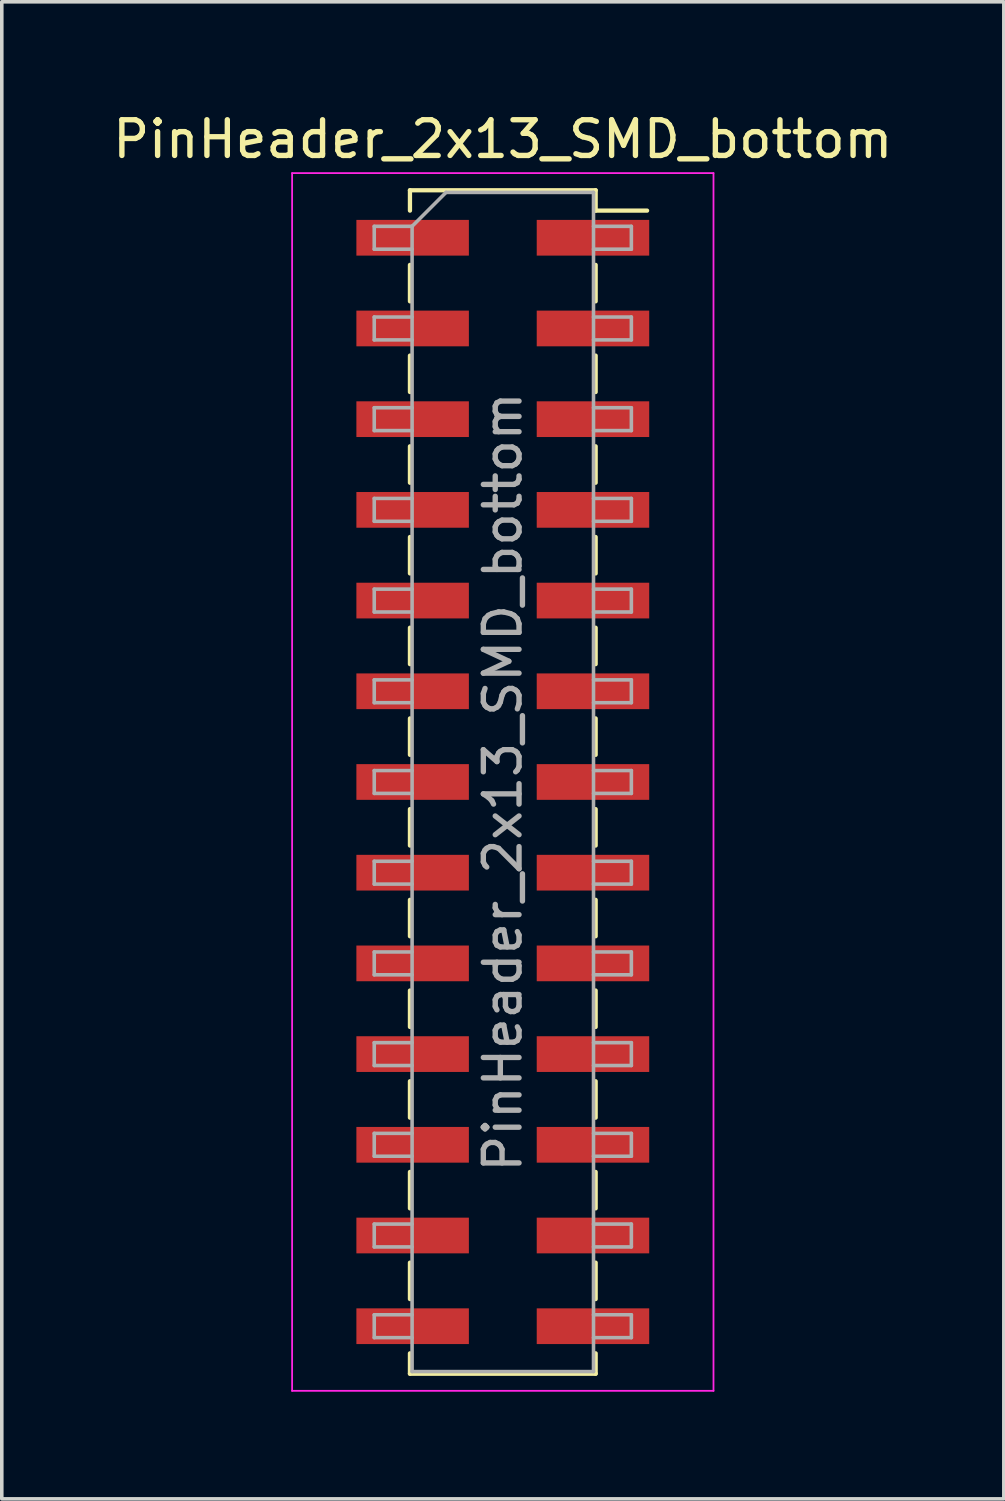
<source format=kicad_pcb>
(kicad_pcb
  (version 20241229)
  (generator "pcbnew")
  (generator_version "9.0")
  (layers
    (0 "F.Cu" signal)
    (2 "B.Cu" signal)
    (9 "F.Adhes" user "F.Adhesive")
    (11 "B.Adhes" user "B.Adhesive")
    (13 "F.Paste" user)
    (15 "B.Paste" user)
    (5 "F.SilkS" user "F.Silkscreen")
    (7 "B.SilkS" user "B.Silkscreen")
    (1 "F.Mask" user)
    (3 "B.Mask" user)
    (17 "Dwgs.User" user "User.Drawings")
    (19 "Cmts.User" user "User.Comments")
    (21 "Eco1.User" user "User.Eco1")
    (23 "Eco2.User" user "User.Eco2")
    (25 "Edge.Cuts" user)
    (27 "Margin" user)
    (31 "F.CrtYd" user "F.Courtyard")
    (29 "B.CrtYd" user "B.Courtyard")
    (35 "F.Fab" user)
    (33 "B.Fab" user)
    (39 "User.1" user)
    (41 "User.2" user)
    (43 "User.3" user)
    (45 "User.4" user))
  (footprint "PinHeader_2x13_SMD_bottom"
    (layer "F.Cu")
    (at 11.03 18.848)
    (property "Reference" "PinHeader_2x13_SMD_bottom" (at 0 -18 0) (layer "F.SilkS") (effects (font (size 1 1) (thickness 0.15))))
    (attr through_hole)
    (fp_line (start -2.6 -16.57) (end -2.6 -16) (stroke (width 0.12) (type solid)) (layer "F.SilkS"))
    (fp_line (start -2.6 -16.57) (end 2.6 -16.57) (stroke (width 0.12) (type solid)) (layer "F.SilkS"))
    (fp_line (start -2.6 -14.48) (end -2.6 -13.46) (stroke (width 0.12) (type solid)) (layer "F.SilkS"))
    (fp_line (start -2.6 -11.94) (end -2.6 -10.92) (stroke (width 0.12) (type solid)) (layer "F.SilkS"))
    (fp_line (start -2.6 -9.4) (end -2.6 -8.38) (stroke (width 0.12) (type solid)) (layer "F.SilkS"))
    (fp_line (start -2.6 -6.86) (end -2.6 -5.84) (stroke (width 0.12) (type solid)) (layer "F.SilkS"))
    (fp_line (start -2.6 -4.32) (end -2.6 -3.3) (stroke (width 0.12) (type solid)) (layer "F.SilkS"))
    (fp_line (start -2.6 -1.78) (end -2.6 -0.76) (stroke (width 0.12) (type solid)) (layer "F.SilkS"))
    (fp_line (start -2.6 0.76) (end -2.6 1.78) (stroke (width 0.12) (type solid)) (layer "F.SilkS"))
    (fp_line (start -2.6 3.3) (end -2.6 4.32) (stroke (width 0.12) (type solid)) (layer "F.SilkS"))
    (fp_line (start -2.6 5.84) (end -2.6 6.86) (stroke (width 0.12) (type solid)) (layer "F.SilkS"))
    (fp_line (start -2.6 8.38) (end -2.6 9.4) (stroke (width 0.12) (type solid)) (layer "F.SilkS"))
    (fp_line (start -2.6 10.92) (end -2.6 11.94) (stroke (width 0.12) (type solid)) (layer "F.SilkS"))
    (fp_line (start -2.6 13.46) (end -2.6 14.48) (stroke (width 0.12) (type solid)) (layer "F.SilkS"))
    (fp_line (start -2.6 16) (end -2.6 16.57) (stroke (width 0.12) (type solid)) (layer "F.SilkS"))
    (fp_line (start -2.6 16.57) (end 2.6 16.57) (stroke (width 0.12) (type solid)) (layer "F.SilkS"))
    (fp_line (start 2.6 -16.57) (end 2.6 -16) (stroke (width 0.12) (type solid)) (layer "F.SilkS"))
    (fp_line (start 2.6 -16) (end 4.04 -16) (stroke (width 0.12) (type solid)) (layer "F.SilkS"))
    (fp_line (start 2.6 -14.48) (end 2.6 -13.46) (stroke (width 0.12) (type solid)) (layer "F.SilkS"))
    (fp_line (start 2.6 -11.94) (end 2.6 -10.92) (stroke (width 0.12) (type solid)) (layer "F.SilkS"))
    (fp_line (start 2.6 -9.4) (end 2.6 -8.38) (stroke (width 0.12) (type solid)) (layer "F.SilkS"))
    (fp_line (start 2.6 -6.86) (end 2.6 -5.84) (stroke (width 0.12) (type solid)) (layer "F.SilkS"))
    (fp_line (start 2.6 -4.32) (end 2.6 -3.3) (stroke (width 0.12) (type solid)) (layer "F.SilkS"))
    (fp_line (start 2.6 -1.78) (end 2.6 -0.76) (stroke (width 0.12) (type solid)) (layer "F.SilkS"))
    (fp_line (start 2.6 0.76) (end 2.6 1.78) (stroke (width 0.12) (type solid)) (layer "F.SilkS"))
    (fp_line (start 2.6 3.3) (end 2.6 4.32) (stroke (width 0.12) (type solid)) (layer "F.SilkS"))
    (fp_line (start 2.6 5.84) (end 2.6 6.86) (stroke (width 0.12) (type solid)) (layer "F.SilkS"))
    (fp_line (start 2.6 8.38) (end 2.6 9.4) (stroke (width 0.12) (type solid)) (layer "F.SilkS"))
    (fp_line (start 2.6 10.92) (end 2.6 11.94) (stroke (width 0.12) (type solid)) (layer "F.SilkS"))
    (fp_line (start 2.6 13.46) (end 2.6 14.48) (stroke (width 0.12) (type solid)) (layer "F.SilkS"))
    (fp_line (start 2.6 16) (end 2.6 16.57) (stroke (width 0.12) (type solid)) (layer "F.SilkS"))
    (fp_line (start -5.9 -17.05) (end -5.9 17.05) (stroke (width 0.05) (type solid)) (layer "F.CrtYd"))
    (fp_line (start -5.9 17.05) (end 5.9 17.05) (stroke (width 0.05) (type solid)) (layer "F.CrtYd"))
    (fp_line (start 5.9 -17.05) (end -5.9 -17.05) (stroke (width 0.05) (type solid)) (layer "F.CrtYd"))
    (fp_line (start 5.9 17.05) (end 5.9 -17.05) (stroke (width 0.05) (type solid)) (layer "F.CrtYd"))
    (fp_line (start -3.6 -15.56) (end -3.6 -14.92) (stroke (width 0.1) (type solid)) (layer "F.Fab"))
    (fp_line (start -3.6 -14.92) (end -2.54 -14.92) (stroke (width 0.1) (type solid)) (layer "F.Fab"))
    (fp_line (start -3.6 -13.02) (end -3.6 -12.38) (stroke (width 0.1) (type solid)) (layer "F.Fab"))
    (fp_line (start -3.6 -12.38) (end -2.54 -12.38) (stroke (width 0.1) (type solid)) (layer "F.Fab"))
    (fp_line (start -3.6 -10.48) (end -3.6 -9.84) (stroke (width 0.1) (type solid)) (layer "F.Fab"))
    (fp_line (start -3.6 -9.84) (end -2.54 -9.84) (stroke (width 0.1) (type solid)) (layer "F.Fab"))
    (fp_line (start -3.6 -7.94) (end -3.6 -7.3) (stroke (width 0.1) (type solid)) (layer "F.Fab"))
    (fp_line (start -3.6 -7.3) (end -2.54 -7.3) (stroke (width 0.1) (type solid)) (layer "F.Fab"))
    (fp_line (start -3.6 -5.4) (end -3.6 -4.76) (stroke (width 0.1) (type solid)) (layer "F.Fab"))
    (fp_line (start -3.6 -4.76) (end -2.54 -4.76) (stroke (width 0.1) (type solid)) (layer "F.Fab"))
    (fp_line (start -3.6 -2.86) (end -3.6 -2.22) (stroke (width 0.1) (type solid)) (layer "F.Fab"))
    (fp_line (start -3.6 -2.22) (end -2.54 -2.22) (stroke (width 0.1) (type solid)) (layer "F.Fab"))
    (fp_line (start -3.6 -0.32) (end -3.6 0.32) (stroke (width 0.1) (type solid)) (layer "F.Fab"))
    (fp_line (start -3.6 0.32) (end -2.54 0.32) (stroke (width 0.1) (type solid)) (layer "F.Fab"))
    (fp_line (start -3.6 2.22) (end -3.6 2.86) (stroke (width 0.1) (type solid)) (layer "F.Fab"))
    (fp_line (start -3.6 2.86) (end -2.54 2.86) (stroke (width 0.1) (type solid)) (layer "F.Fab"))
    (fp_line (start -3.6 4.76) (end -3.6 5.4) (stroke (width 0.1) (type solid)) (layer "F.Fab"))
    (fp_line (start -3.6 5.4) (end -2.54 5.4) (stroke (width 0.1) (type solid)) (layer "F.Fab"))
    (fp_line (start -3.6 7.3) (end -3.6 7.94) (stroke (width 0.1) (type solid)) (layer "F.Fab"))
    (fp_line (start -3.6 7.94) (end -2.54 7.94) (stroke (width 0.1) (type solid)) (layer "F.Fab"))
    (fp_line (start -3.6 9.84) (end -3.6 10.48) (stroke (width 0.1) (type solid)) (layer "F.Fab"))
    (fp_line (start -3.6 10.48) (end -2.54 10.48) (stroke (width 0.1) (type solid)) (layer "F.Fab"))
    (fp_line (start -3.6 12.38) (end -3.6 13.02) (stroke (width 0.1) (type solid)) (layer "F.Fab"))
    (fp_line (start -3.6 13.02) (end -2.54 13.02) (stroke (width 0.1) (type solid)) (layer "F.Fab"))
    (fp_line (start -3.6 14.92) (end -3.6 15.56) (stroke (width 0.1) (type solid)) (layer "F.Fab"))
    (fp_line (start -3.6 15.56) (end -2.54 15.56) (stroke (width 0.1) (type solid)) (layer "F.Fab"))
    (fp_line (start -2.54 -15.56) (end -3.6 -15.56) (stroke (width 0.1) (type solid)) (layer "F.Fab"))
    (fp_line (start -2.54 -15.56) (end -1.59 -16.51) (stroke (width 0.1) (type solid)) (layer "F.Fab"))
    (fp_line (start -2.54 -13.02) (end -3.6 -13.02) (stroke (width 0.1) (type solid)) (layer "F.Fab"))
    (fp_line (start -2.54 -10.48) (end -3.6 -10.48) (stroke (width 0.1) (type solid)) (layer "F.Fab"))
    (fp_line (start -2.54 -7.94) (end -3.6 -7.94) (stroke (width 0.1) (type solid)) (layer "F.Fab"))
    (fp_line (start -2.54 -5.4) (end -3.6 -5.4) (stroke (width 0.1) (type solid)) (layer "F.Fab"))
    (fp_line (start -2.54 -2.86) (end -3.6 -2.86) (stroke (width 0.1) (type solid)) (layer "F.Fab"))
    (fp_line (start -2.54 -0.32) (end -3.6 -0.32) (stroke (width 0.1) (type solid)) (layer "F.Fab"))
    (fp_line (start -2.54 2.22) (end -3.6 2.22) (stroke (width 0.1) (type solid)) (layer "F.Fab"))
    (fp_line (start -2.54 4.76) (end -3.6 4.76) (stroke (width 0.1) (type solid)) (layer "F.Fab"))
    (fp_line (start -2.54 7.3) (end -3.6 7.3) (stroke (width 0.1) (type solid)) (layer "F.Fab"))
    (fp_line (start -2.54 9.84) (end -3.6 9.84) (stroke (width 0.1) (type solid)) (layer "F.Fab"))
    (fp_line (start -2.54 12.38) (end -3.6 12.38) (stroke (width 0.1) (type solid)) (layer "F.Fab"))
    (fp_line (start -2.54 14.92) (end -3.6 14.92) (stroke (width 0.1) (type solid)) (layer "F.Fab"))
    (fp_line (start -2.54 16.51) (end -2.54 -15.56) (stroke (width 0.1) (type solid)) (layer "F.Fab"))
    (fp_line (start -1.59 -16.51) (end 2.54 -16.51) (stroke (width 0.1) (type solid)) (layer "F.Fab"))
    (fp_line (start 2.54 -16.51) (end 2.54 16.51) (stroke (width 0.1) (type solid)) (layer "F.Fab"))
    (fp_line (start 2.54 -15.56) (end 3.6 -15.56) (stroke (width 0.1) (type solid)) (layer "F.Fab"))
    (fp_line (start 2.54 -13.02) (end 3.6 -13.02) (stroke (width 0.1) (type solid)) (layer "F.Fab"))
    (fp_line (start 2.54 -10.48) (end 3.6 -10.48) (stroke (width 0.1) (type solid)) (layer "F.Fab"))
    (fp_line (start 2.54 -7.94) (end 3.6 -7.94) (stroke (width 0.1) (type solid)) (layer "F.Fab"))
    (fp_line (start 2.54 -5.4) (end 3.6 -5.4) (stroke (width 0.1) (type solid)) (layer "F.Fab"))
    (fp_line (start 2.54 -2.86) (end 3.6 -2.86) (stroke (width 0.1) (type solid)) (layer "F.Fab"))
    (fp_line (start 2.54 -0.32) (end 3.6 -0.32) (stroke (width 0.1) (type solid)) (layer "F.Fab"))
    (fp_line (start 2.54 2.22) (end 3.6 2.22) (stroke (width 0.1) (type solid)) (layer "F.Fab"))
    (fp_line (start 2.54 4.76) (end 3.6 4.76) (stroke (width 0.1) (type solid)) (layer "F.Fab"))
    (fp_line (start 2.54 7.3) (end 3.6 7.3) (stroke (width 0.1) (type solid)) (layer "F.Fab"))
    (fp_line (start 2.54 9.84) (end 3.6 9.84) (stroke (width 0.1) (type solid)) (layer "F.Fab"))
    (fp_line (start 2.54 12.38) (end 3.6 12.38) (stroke (width 0.1) (type solid)) (layer "F.Fab"))
    (fp_line (start 2.54 14.92) (end 3.6 14.92) (stroke (width 0.1) (type solid)) (layer "F.Fab"))
    (fp_line (start 2.54 16.51) (end -2.54 16.51) (stroke (width 0.1) (type solid)) (layer "F.Fab"))
    (fp_line (start 3.6 -15.56) (end 3.6 -14.92) (stroke (width 0.1) (type solid)) (layer "F.Fab"))
    (fp_line (start 3.6 -14.92) (end 2.54 -14.92) (stroke (width 0.1) (type solid)) (layer "F.Fab"))
    (fp_line (start 3.6 -13.02) (end 3.6 -12.38) (stroke (width 0.1) (type solid)) (layer "F.Fab"))
    (fp_line (start 3.6 -12.38) (end 2.54 -12.38) (stroke (width 0.1) (type solid)) (layer "F.Fab"))
    (fp_line (start 3.6 -10.48) (end 3.6 -9.84) (stroke (width 0.1) (type solid)) (layer "F.Fab"))
    (fp_line (start 3.6 -9.84) (end 2.54 -9.84) (stroke (width 0.1) (type solid)) (layer "F.Fab"))
    (fp_line (start 3.6 -7.94) (end 3.6 -7.3) (stroke (width 0.1) (type solid)) (layer "F.Fab"))
    (fp_line (start 3.6 -7.3) (end 2.54 -7.3) (stroke (width 0.1) (type solid)) (layer "F.Fab"))
    (fp_line (start 3.6 -5.4) (end 3.6 -4.76) (stroke (width 0.1) (type solid)) (layer "F.Fab"))
    (fp_line (start 3.6 -4.76) (end 2.54 -4.76) (stroke (width 0.1) (type solid)) (layer "F.Fab"))
    (fp_line (start 3.6 -2.86) (end 3.6 -2.22) (stroke (width 0.1) (type solid)) (layer "F.Fab"))
    (fp_line (start 3.6 -2.22) (end 2.54 -2.22) (stroke (width 0.1) (type solid)) (layer "F.Fab"))
    (fp_line (start 3.6 -0.32) (end 3.6 0.32) (stroke (width 0.1) (type solid)) (layer "F.Fab"))
    (fp_line (start 3.6 0.32) (end 2.54 0.32) (stroke (width 0.1) (type solid)) (layer "F.Fab"))
    (fp_line (start 3.6 2.22) (end 3.6 2.86) (stroke (width 0.1) (type solid)) (layer "F.Fab"))
    (fp_line (start 3.6 2.86) (end 2.54 2.86) (stroke (width 0.1) (type solid)) (layer "F.Fab"))
    (fp_line (start 3.6 4.76) (end 3.6 5.4) (stroke (width 0.1) (type solid)) (layer "F.Fab"))
    (fp_line (start 3.6 5.4) (end 2.54 5.4) (stroke (width 0.1) (type solid)) (layer "F.Fab"))
    (fp_line (start 3.6 7.3) (end 3.6 7.94) (stroke (width 0.1) (type solid)) (layer "F.Fab"))
    (fp_line (start 3.6 7.94) (end 2.54 7.94) (stroke (width 0.1) (type solid)) (layer "F.Fab"))
    (fp_line (start 3.6 9.84) (end 3.6 10.48) (stroke (width 0.1) (type solid)) (layer "F.Fab"))
    (fp_line (start 3.6 10.48) (end 2.54 10.48) (stroke (width 0.1) (type solid)) (layer "F.Fab"))
    (fp_line (start 3.6 12.38) (end 3.6 13.02) (stroke (width 0.1) (type solid)) (layer "F.Fab"))
    (fp_line (start 3.6 13.02) (end 2.54 13.02) (stroke (width 0.1) (type solid)) (layer "F.Fab"))
    (fp_line (start 3.6 14.92) (end 3.6 15.56) (stroke (width 0.1) (type solid)) (layer "F.Fab"))
    (fp_line (start 3.6 15.56) (end 2.54 15.56) (stroke (width 0.1) (type solid)) (layer "F.Fab"))
    (fp_text user "${REFERENCE}" (at 0 0 90) (layer "F.Fab") (effects (font (size 1 1) (thickness 0.15))))
    (pad "1" smd rect (at 2.525 -15.24 180) (size 3.15 1) (layers "F.Cu" "F.Mask" "F.Paste"))
    (pad "2" smd rect (at -2.525 -15.24 180) (size 3.15 1) (layers "F.Cu" "F.Mask" "F.Paste"))
    (pad "3" smd rect (at 2.525 -12.7 180) (size 3.15 1) (layers "F.Cu" "F.Mask" "F.Paste"))
    (pad "4" smd rect (at -2.525 -12.7 180) (size 3.15 1) (layers "F.Cu" "F.Mask" "F.Paste"))
    (pad "5" smd rect (at 2.525 -10.16 180) (size 3.15 1) (layers "F.Cu" "F.Mask" "F.Paste"))
    (pad "6" smd rect (at -2.525 -10.16 180) (size 3.15 1) (layers "F.Cu" "F.Mask" "F.Paste"))
    (pad "7" smd rect (at 2.525 -7.62 180) (size 3.15 1) (layers "F.Cu" "F.Mask" "F.Paste"))
    (pad "8" smd rect (at -2.525 -7.62 180) (size 3.15 1) (layers "F.Cu" "F.Mask" "F.Paste"))
    (pad "9" smd rect (at 2.525 -5.08 180) (size 3.15 1) (layers "F.Cu" "F.Mask" "F.Paste"))
    (pad "10" smd rect (at -2.525 -5.08 180) (size 3.15 1) (layers "F.Cu" "F.Mask" "F.Paste"))
    (pad "11" smd rect (at 2.525 -2.54 180) (size 3.15 1) (layers "F.Cu" "F.Mask" "F.Paste"))
    (pad "12" smd rect (at -2.525 -2.54 180) (size 3.15 1) (layers "F.Cu" "F.Mask" "F.Paste"))
    (pad "13" smd rect (at 2.525 0 180) (size 3.15 1) (layers "F.Cu" "F.Mask" "F.Paste"))
    (pad "14" smd rect (at -2.525 0 180) (size 3.15 1) (layers "F.Cu" "F.Mask" "F.Paste"))
    (pad "15" smd rect (at 2.525 2.54 180) (size 3.15 1) (layers "F.Cu" "F.Mask" "F.Paste"))
    (pad "16" smd rect (at -2.525 2.54 180) (size 3.15 1) (layers "F.Cu" "F.Mask" "F.Paste"))
    (pad "17" smd rect (at 2.525 5.08 180) (size 3.15 1) (layers "F.Cu" "F.Mask" "F.Paste"))
    (pad "18" smd rect (at -2.525 5.08 180) (size 3.15 1) (layers "F.Cu" "F.Mask" "F.Paste"))
    (pad "19" smd rect (at 2.525 7.62 180) (size 3.15 1) (layers "F.Cu" "F.Mask" "F.Paste"))
    (pad "20" smd rect (at -2.525 7.62 180) (size 3.15 1) (layers "F.Cu" "F.Mask" "F.Paste"))
    (pad "21" smd rect (at 2.525 10.16 180) (size 3.15 1) (layers "F.Cu" "F.Mask" "F.Paste"))
    (pad "22" smd rect (at -2.525 10.16 180) (size 3.15 1) (layers "F.Cu" "F.Mask" "F.Paste"))
    (pad "23" smd rect (at 2.525 12.7 180) (size 3.15 1) (layers "F.Cu" "F.Mask" "F.Paste"))
    (pad "24" smd rect (at -2.525 12.7 180) (size 3.15 1) (layers "F.Cu" "F.Mask" "F.Paste"))
    (pad "25" smd rect (at 2.525 15.24 180) (size 3.15 1) (layers "F.Cu" "F.Mask" "F.Paste"))
    (pad "26" smd rect (at -2.525 15.24 180) (size 3.15 1) (layers "F.Cu" "F.Mask" "F.Paste")))
  (gr_rect
    (start -3 -3)
    (end 25.06 38.923)
    (stroke (width 0.1) (type default))
    (fill no)
    (layer "Edge.Cuts")))
</source>
